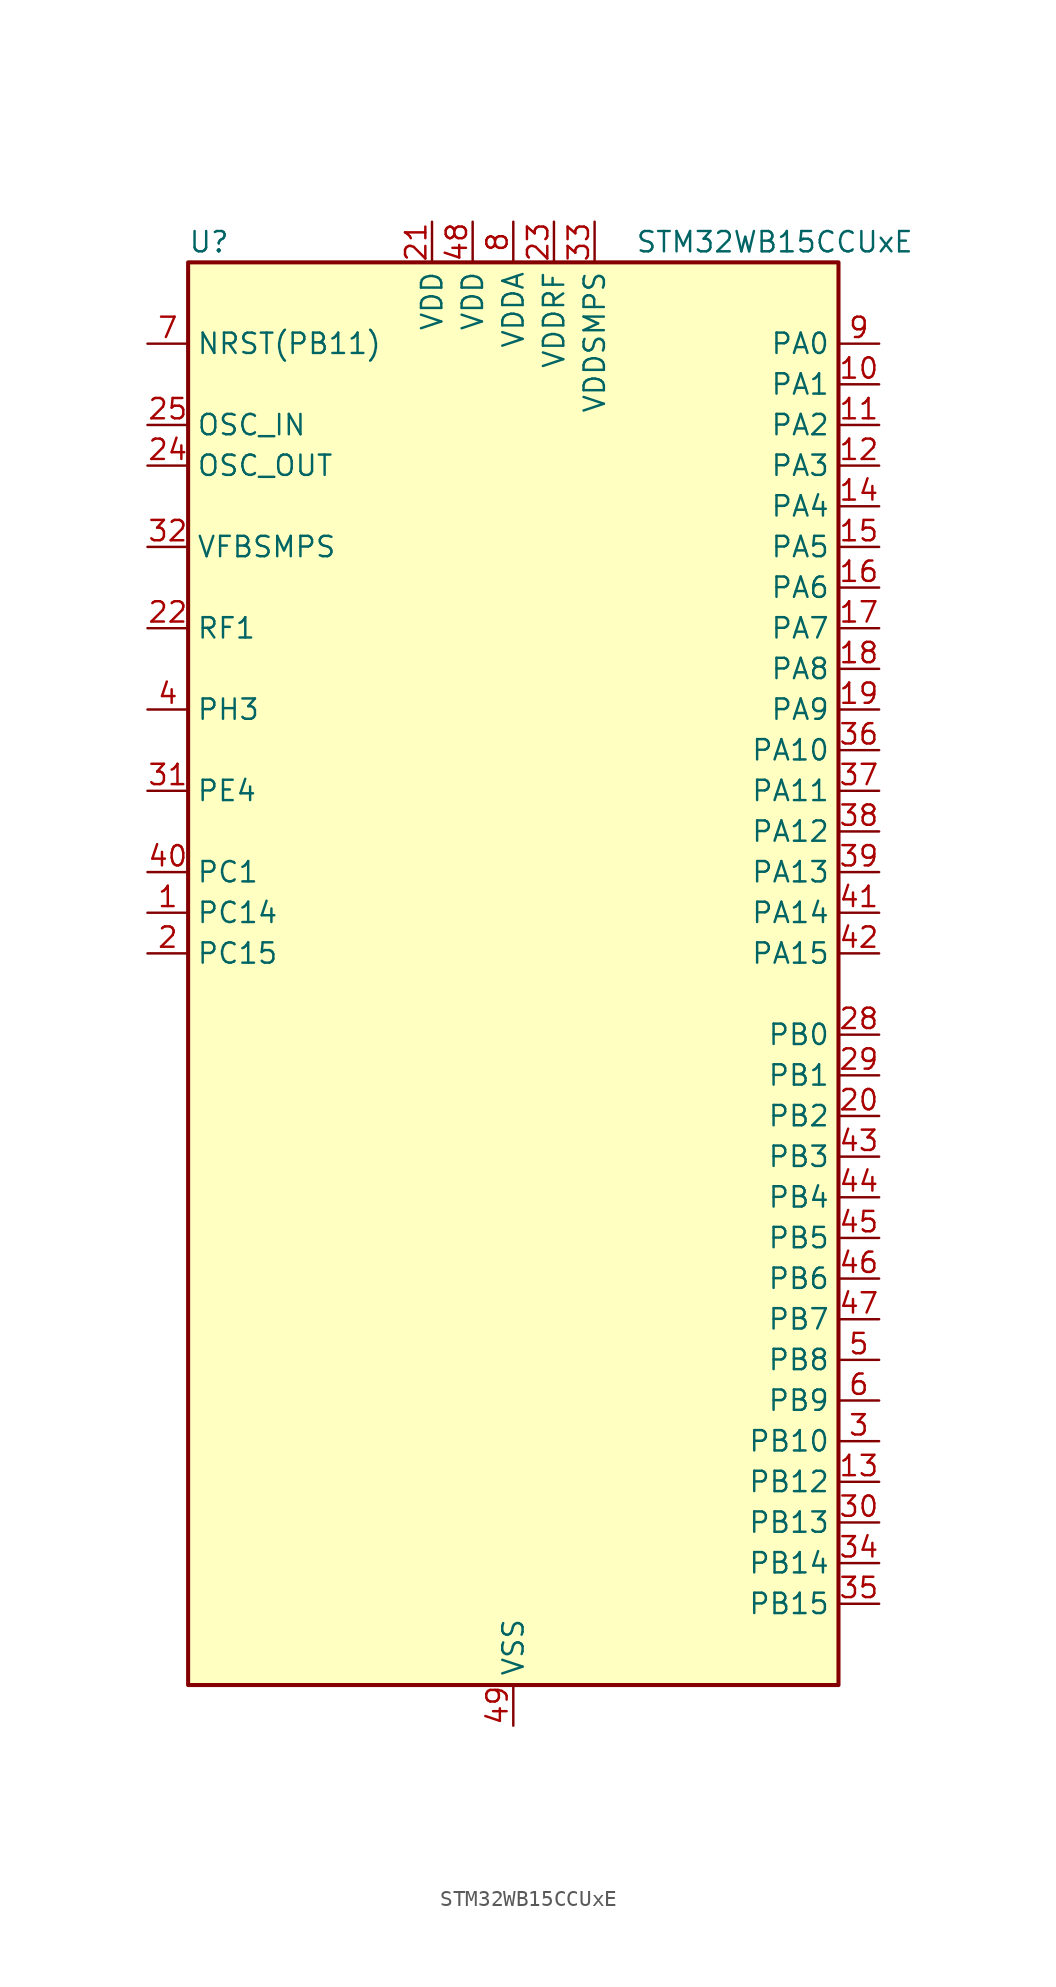
<source format=kicad_sym>
(kicad_symbol_lib
  (version 20241209)
  (generator "kicad_symbol_editor")
  (generator_version "9.0")
  (symbol "STM32WB15CCUxE"
    (property "Reference" "U"
      (at -20.32 46.99 0)
      (effects (font (size 1.27 1.27)) (justify left)))
    (property "Value" "STM32WB15CCUxE"
      (at 7.62 46.99 0)
      (effects (font (size 1.27 1.27)) (justify left)))
    (symbol "STM32WB15CCUxE_0_1"
      (rectangle (start -20.32 -43.18) (end 20.32 45.72) (stroke (width 0.254) (type default)) (fill (type background))))
    (symbol "STM32WB15CCUxE_1_1"
      (pin input line (at -22.86 40.64 0) (length 2.54) (name "NRST(PB11)" (effects (font (size 1.27 1.27)))) (number "7" (effects (font (size 1.27 1.27)))))
      (pin input line (at -22.86 35.56 0) (length 2.54) (name "OSC_IN" (effects (font (size 1.27 1.27)))) (number "25" (effects (font (size 1.27 1.27)))) (alternate "RCC_OSC_IN" bidirectional line))
      (pin input line (at -22.86 33.02 0) (length 2.54) (name "OSC_OUT" (effects (font (size 1.27 1.27)))) (number "24" (effects (font (size 1.27 1.27)))) (alternate "RCC_OSC_OUT" bidirectional line))
      (pin input line (at -22.86 27.94 0) (length 2.54) (name "VFBSMPS" (effects (font (size 1.27 1.27)))) (number "32" (effects (font (size 1.27 1.27)))))
      (pin bidirectional line (at -22.86 22.86 0) (length 2.54) (name "RF1" (effects (font (size 1.27 1.27)))) (number "22" (effects (font (size 1.27 1.27)))) (alternate "RF_RF1" bidirectional line))
      (pin bidirectional line (at -22.86 17.78 0) (length 2.54) (name "PH3" (effects (font (size 1.27 1.27)))) (number "4" (effects (font (size 1.27 1.27)))) (alternate "RCC_LSCO" bidirectional line))
      (pin bidirectional line (at -22.86 12.7 0) (length 2.54) (name "PE4" (effects (font (size 1.27 1.27)))) (number "31" (effects (font (size 1.27 1.27)))))
      (pin bidirectional line (at -22.86 7.62 0) (length 2.54) (name "PC1" (effects (font (size 1.27 1.27)))) (number "40" (effects (font (size 1.27 1.27)))) (alternate "TSC_G3_IO3" bidirectional line))
      (pin bidirectional line (at -22.86 5.08 0) (length 2.54) (name "PC14" (effects (font (size 1.27 1.27)))) (number "1" (effects (font (size 1.27 1.27)))) (alternate "RCC_OSC32_IN" bidirectional line))
      (pin bidirectional line (at -22.86 2.54 0) (length 2.54) (name "PC15" (effects (font (size 1.27 1.27)))) (number "2" (effects (font (size 1.27 1.27)))) (alternate "RCC_OSC32_OUT" bidirectional line))
      (pin no_connect line (at -20.32 -40.64 0) (length 2.54) (hide yes) (name "AT1" (effects (font (size 1.27 1.27)))) (number "27" (effects (font (size 1.27 1.27)))))
      (pin no_connect line (at -20.32 -43.18 0) (length 2.54) (hide yes) (name "AT0" (effects (font (size 1.27 1.27)))) (number "26" (effects (font (size 1.27 1.27)))))
      (pin power_in line (at -5.08 48.26 270) (length 2.54) (name "VDD" (effects (font (size 1.27 1.27)))) (number "21" (effects (font (size 1.27 1.27)))))
      (pin power_in line (at -2.54 48.26 270) (length 2.54) (name "VDD" (effects (font (size 1.27 1.27)))) (number "48" (effects (font (size 1.27 1.27)))))
      (pin power_in line (at 0 48.26 270) (length 2.54) (name "VDDA" (effects (font (size 1.27 1.27)))) (number "8" (effects (font (size 1.27 1.27)))))
      (pin power_in line (at 0 -45.72 90) (length 2.54) (name "VSS" (effects (font (size 1.27 1.27)))) (number "49" (effects (font (size 1.27 1.27)))))
      (pin power_in line (at 2.54 48.26 270) (length 2.54) (name "VDDRF" (effects (font (size 1.27 1.27)))) (number "23" (effects (font (size 1.27 1.27)))))
      (pin power_in line (at 5.08 48.26 270) (length 2.54) (name "VDDSMPS" (effects (font (size 1.27 1.27)))) (number "33" (effects (font (size 1.27 1.27)))))
      (pin bidirectional line (at 22.86 40.64 180) (length 2.54) (name "PA0" (effects (font (size 1.27 1.27)))) (number "9" (effects (font (size 1.27 1.27)))) (alternate "ADC1_IN5" bidirectional line) (alternate "COMP1_INM" bidirectional line) (alternate "COMP1_OUT" bidirectional line) (alternate "RTC_TAMP2" bidirectional line) (alternate "SYS_WKUP1" bidirectional line) (alternate "TIM2_CH1" bidirectional line) (alternate "TIM2_ETR" bidirectional line))
      (pin bidirectional line (at 22.86 38.1 180) (length 2.54) (name "PA1" (effects (font (size 1.27 1.27)))) (number "10" (effects (font (size 1.27 1.27)))) (alternate "ADC1_IN6" bidirectional line) (alternate "COMP1_INP" bidirectional line) (alternate "I2C1_SMBA" bidirectional line) (alternate "SPI1_SCK" bidirectional line) (alternate "TIM2_CH2" bidirectional line))
      (pin bidirectional line (at 22.86 35.56 180) (length 2.54) (name "PA2" (effects (font (size 1.27 1.27)))) (number "11" (effects (font (size 1.27 1.27)))) (alternate "ADC1_IN7" bidirectional line) (alternate "LPUART1_TX" bidirectional line) (alternate "RCC_LSCO" bidirectional line) (alternate "SYS_WKUP4" bidirectional line) (alternate "TIM2_CH3" bidirectional line))
      (pin bidirectional line (at 22.86 33.02 180) (length 2.54) (name "PA3" (effects (font (size 1.27 1.27)))) (number "12" (effects (font (size 1.27 1.27)))) (alternate "ADC1_IN8" bidirectional line) (alternate "LPUART1_RX" bidirectional line) (alternate "TIM2_CH4" bidirectional line))
      (pin bidirectional line (at 22.86 30.48 180) (length 2.54) (name "PA4" (effects (font (size 1.27 1.27)))) (number "14" (effects (font (size 1.27 1.27)))) (alternate "ADC1_IN9" bidirectional line) (alternate "COMP1_INM" bidirectional line) (alternate "LPTIM2_OUT" bidirectional line) (alternate "SPI1_NSS" bidirectional line))
      (pin bidirectional line (at 22.86 27.94 180) (length 2.54) (name "PA5" (effects (font (size 1.27 1.27)))) (number "15" (effects (font (size 1.27 1.27)))) (alternate "ADC1_IN10" bidirectional line) (alternate "COMP1_INM" bidirectional line) (alternate "LPTIM2_ETR" bidirectional line) (alternate "SPI1_MOSI" bidirectional line) (alternate "SPI1_SCK" bidirectional line) (alternate "TIM2_CH1" bidirectional line) (alternate "TIM2_ETR" bidirectional line))
      (pin bidirectional line (at 22.86 25.4 180) (length 2.54) (name "PA6" (effects (font (size 1.27 1.27)))) (number "16" (effects (font (size 1.27 1.27)))) (alternate "ADC1_IN11" bidirectional line) (alternate "LPUART1_CTS" bidirectional line) (alternate "SPI1_MISO" bidirectional line) (alternate "TIM1_BKIN" bidirectional line))
      (pin bidirectional line (at 22.86 22.86 180) (length 2.54) (name "PA7" (effects (font (size 1.27 1.27)))) (number "17" (effects (font (size 1.27 1.27)))) (alternate "ADC1_IN2" bidirectional line) (alternate "SPI1_MOSI" bidirectional line) (alternate "TIM1_CH1N" bidirectional line))
      (pin bidirectional line (at 22.86 20.32 180) (length 2.54) (name "PA8" (effects (font (size 1.27 1.27)))) (number "18" (effects (font (size 1.27 1.27)))) (alternate "ADC1_IN3" bidirectional line) (alternate "LPTIM2_OUT" bidirectional line) (alternate "RCC_MCO" bidirectional line) (alternate "TIM1_CH1" bidirectional line) (alternate "USART1_CK" bidirectional line))
      (pin bidirectional line (at 22.86 17.78 180) (length 2.54) (name "PA9" (effects (font (size 1.27 1.27)))) (number "19" (effects (font (size 1.27 1.27)))) (alternate "ADC1_IN4" bidirectional line) (alternate "COMP1_INM" bidirectional line) (alternate "I2C1_SCL" bidirectional line) (alternate "TIM1_CH2" bidirectional line) (alternate "USART1_TX" bidirectional line))
      (pin bidirectional line (at 22.86 15.24 180) (length 2.54) (name "PA10" (effects (font (size 1.27 1.27)))) (number "36" (effects (font (size 1.27 1.27)))) (alternate "I2C1_SDA" bidirectional line) (alternate "TIM1_CH3" bidirectional line) (alternate "TSC_G7_IO2" bidirectional line) (alternate "USART1_RX" bidirectional line))
      (pin bidirectional line (at 22.86 12.7 180) (length 2.54) (name "PA11" (effects (font (size 1.27 1.27)))) (number "37" (effects (font (size 1.27 1.27)))) (alternate "ADC1_EXTI11" bidirectional line) (alternate "SPI1_MISO" bidirectional line) (alternate "TIM1_BKIN2" bidirectional line) (alternate "TIM1_CH4" bidirectional line) (alternate "USART1_CTS" bidirectional line) (alternate "USART1_NSS" bidirectional line))
      (pin bidirectional line (at 22.86 10.16 180) (length 2.54) (name "PA12" (effects (font (size 1.27 1.27)))) (number "38" (effects (font (size 1.27 1.27)))) (alternate "LPUART1_RX" bidirectional line) (alternate "SPI1_MOSI" bidirectional line) (alternate "TIM1_ETR" bidirectional line) (alternate "USART1_DE" bidirectional line) (alternate "USART1_RTS" bidirectional line))
      (pin bidirectional line (at 22.86 7.62 180) (length 2.54) (name "PA13" (effects (font (size 1.27 1.27)))) (number "39" (effects (font (size 1.27 1.27)))) (alternate "SPI1_MOSI" bidirectional line) (alternate "SYS_JTMS-SWDIO" bidirectional line) (alternate "TSC_G7_IO1" bidirectional line))
      (pin bidirectional line (at 22.86 5.08 180) (length 2.54) (name "PA14" (effects (font (size 1.27 1.27)))) (number "41" (effects (font (size 1.27 1.27)))) (alternate "I2C1_SMBA" bidirectional line) (alternate "LPTIM1_OUT" bidirectional line) (alternate "SPI1_NSS" bidirectional line) (alternate "SYS_JTCK-SWCLK" bidirectional line))
      (pin bidirectional line (at 22.86 2.54 180) (length 2.54) (name "PA15" (effects (font (size 1.27 1.27)))) (number "42" (effects (font (size 1.27 1.27)))) (alternate "RCC_MCO" bidirectional line) (alternate "SPI1_NSS" bidirectional line) (alternate "SYS_JTDI" bidirectional line) (alternate "TIM2_CH1" bidirectional line) (alternate "TIM2_ETR" bidirectional line) (alternate "TSC_G3_IO1" bidirectional line))
      (pin bidirectional line (at 22.86 -2.54 180) (length 2.54) (name "PB0" (effects (font (size 1.27 1.27)))) (number "28" (effects (font (size 1.27 1.27)))) (alternate "COMP1_OUT" bidirectional line) (alternate "RF_TX_MOD_EXT_PA" bidirectional line))
      (pin bidirectional line (at 22.86 -5.08 180) (length 2.54) (name "PB1" (effects (font (size 1.27 1.27)))) (number "29" (effects (font (size 1.27 1.27)))) (alternate "LPTIM2_IN1" bidirectional line) (alternate "LPUART1_DE" bidirectional line) (alternate "LPUART1_RTS" bidirectional line))
      (pin bidirectional line (at 22.86 -7.62 180) (length 2.54) (name "PB2" (effects (font (size 1.27 1.27)))) (number "20" (effects (font (size 1.27 1.27)))) (alternate "COMP1_INP" bidirectional line) (alternate "LPTIM1_OUT" bidirectional line) (alternate "RTC_OUT" bidirectional line) (alternate "SPI1_NSS" bidirectional line))
      (pin bidirectional line (at 22.86 -10.16 180) (length 2.54) (name "PB3" (effects (font (size 1.27 1.27)))) (number "43" (effects (font (size 1.27 1.27)))) (alternate "SPI1_SCK" bidirectional line) (alternate "SYS_JTDO-SWO" bidirectional line) (alternate "TIM2_CH2" bidirectional line) (alternate "USART1_DE" bidirectional line) (alternate "USART1_RTS" bidirectional line))
      (pin bidirectional line (at 22.86 -12.7 180) (length 2.54) (name "PB4" (effects (font (size 1.27 1.27)))) (number "44" (effects (font (size 1.27 1.27)))) (alternate "SPI1_MISO" bidirectional line) (alternate "SYS_JTRST" bidirectional line) (alternate "TSC_G2_IO1" bidirectional line) (alternate "USART1_CTS" bidirectional line) (alternate "USART1_NSS" bidirectional line))
      (pin bidirectional line (at 22.86 -15.24 180) (length 2.54) (name "PB5" (effects (font (size 1.27 1.27)))) (number "45" (effects (font (size 1.27 1.27)))) (alternate "I2C1_SMBA" bidirectional line) (alternate "LPTIM1_IN1" bidirectional line) (alternate "LPUART1_TX" bidirectional line) (alternate "SPI1_MOSI" bidirectional line) (alternate "TSC_G2_IO2" bidirectional line) (alternate "USART1_CK" bidirectional line))
      (pin bidirectional line (at 22.86 -17.78 180) (length 2.54) (name "PB6" (effects (font (size 1.27 1.27)))) (number "46" (effects (font (size 1.27 1.27)))) (alternate "I2C1_SCL" bidirectional line) (alternate "LPTIM1_ETR" bidirectional line) (alternate "RCC_MCO" bidirectional line) (alternate "SPI1_NSS" bidirectional line) (alternate "TSC_G2_IO3" bidirectional line) (alternate "USART1_TX" bidirectional line))
      (pin bidirectional line (at 22.86 -20.32 180) (length 2.54) (name "PB7" (effects (font (size 1.27 1.27)))) (number "47" (effects (font (size 1.27 1.27)))) (alternate "I2C1_SDA" bidirectional line) (alternate "LPTIM1_IN2" bidirectional line) (alternate "SYS_PVD_IN" bidirectional line) (alternate "TIM1_BKIN" bidirectional line) (alternate "TIM1_CH3" bidirectional line) (alternate "TSC_G2_IO4" bidirectional line) (alternate "USART1_RX" bidirectional line))
      (pin bidirectional line (at 22.86 -22.86 180) (length 2.54) (name "PB8" (effects (font (size 1.27 1.27)))) (number "5" (effects (font (size 1.27 1.27)))) (alternate "I2C1_SCL" bidirectional line) (alternate "TIM1_CH2N" bidirectional line) (alternate "TSC_G7_IO3" bidirectional line))
      (pin bidirectional line (at 22.86 -25.4 180) (length 2.54) (name "PB9" (effects (font (size 1.27 1.27)))) (number "6" (effects (font (size 1.27 1.27)))) (alternate "I2C1_SDA" bidirectional line) (alternate "TIM1_CH3N" bidirectional line) (alternate "TSC_G7_IO4" bidirectional line))
      (pin bidirectional line (at 22.86 -27.94 180) (length 2.54) (name "PB10" (effects (font (size 1.27 1.27)))) (number "3" (effects (font (size 1.27 1.27)))) (alternate "TSC_G3_IO2" bidirectional line))
      (pin bidirectional line (at 22.86 -30.48 180) (length 2.54) (name "PB12" (effects (font (size 1.27 1.27)))) (number "13" (effects (font (size 1.27 1.27)))) (alternate "TIM2_CH2" bidirectional line) (alternate "TSC_G1_IO1" bidirectional line))
      (pin bidirectional line (at 22.86 -33.02 180) (length 2.54) (name "PB13" (effects (font (size 1.27 1.27)))) (number "30" (effects (font (size 1.27 1.27)))) (alternate "TIM2_CH3" bidirectional line) (alternate "TSC_G1_IO2" bidirectional line))
      (pin bidirectional line (at 22.86 -35.56 180) (length 2.54) (name "PB14" (effects (font (size 1.27 1.27)))) (number "34" (effects (font (size 1.27 1.27)))) (alternate "TIM1_CH1" bidirectional line))
      (pin bidirectional line (at 22.86 -38.1 180) (length 2.54) (name "PB15" (effects (font (size 1.27 1.27)))) (number "35" (effects (font (size 1.27 1.27)))) (alternate "TIM2_CH1" bidirectional line)))))
</source>
